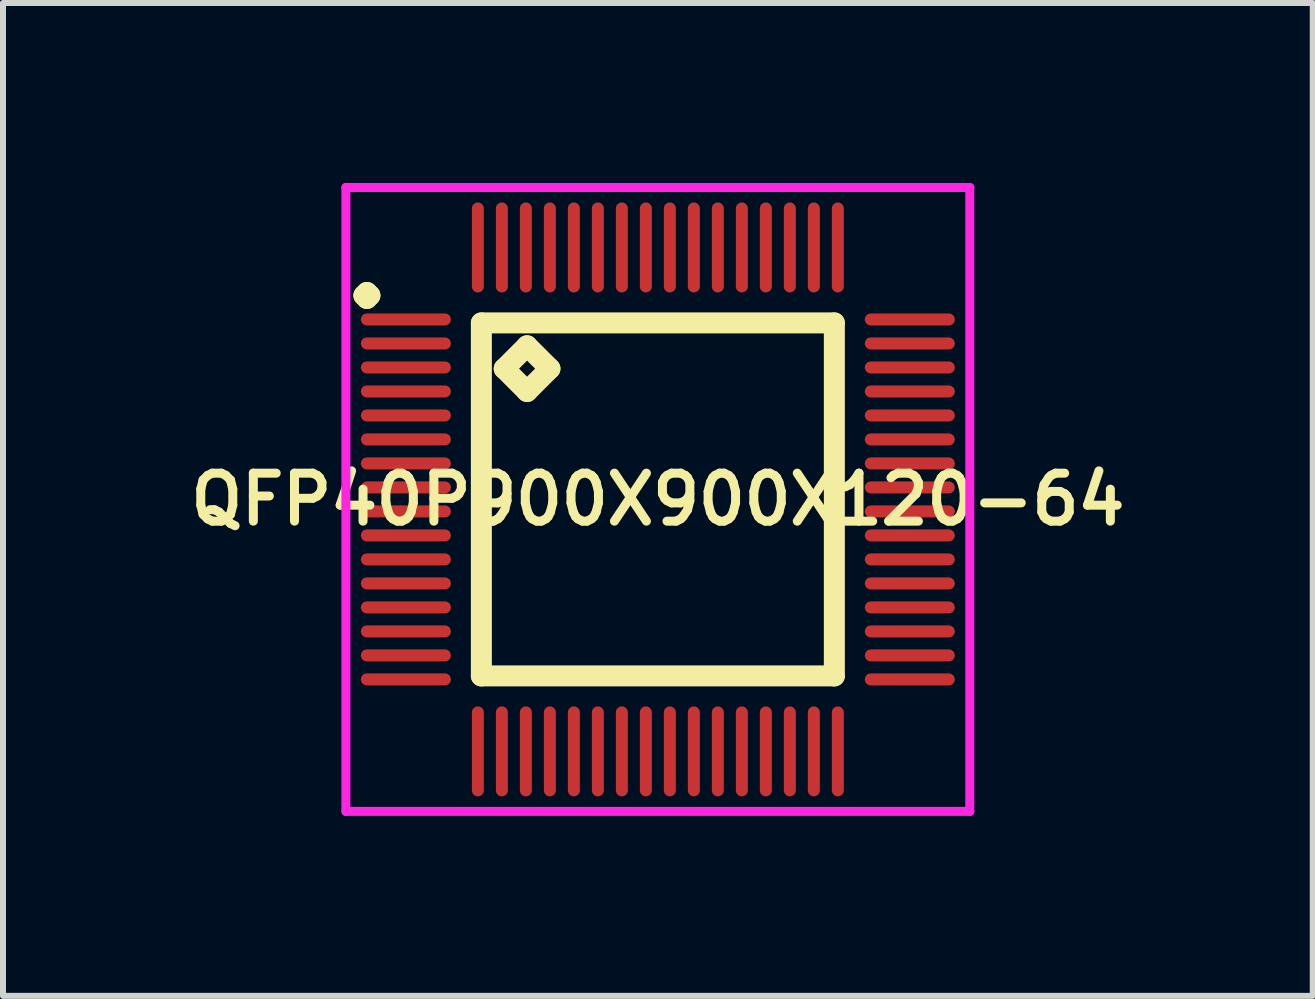
<source format=kicad_pcb>
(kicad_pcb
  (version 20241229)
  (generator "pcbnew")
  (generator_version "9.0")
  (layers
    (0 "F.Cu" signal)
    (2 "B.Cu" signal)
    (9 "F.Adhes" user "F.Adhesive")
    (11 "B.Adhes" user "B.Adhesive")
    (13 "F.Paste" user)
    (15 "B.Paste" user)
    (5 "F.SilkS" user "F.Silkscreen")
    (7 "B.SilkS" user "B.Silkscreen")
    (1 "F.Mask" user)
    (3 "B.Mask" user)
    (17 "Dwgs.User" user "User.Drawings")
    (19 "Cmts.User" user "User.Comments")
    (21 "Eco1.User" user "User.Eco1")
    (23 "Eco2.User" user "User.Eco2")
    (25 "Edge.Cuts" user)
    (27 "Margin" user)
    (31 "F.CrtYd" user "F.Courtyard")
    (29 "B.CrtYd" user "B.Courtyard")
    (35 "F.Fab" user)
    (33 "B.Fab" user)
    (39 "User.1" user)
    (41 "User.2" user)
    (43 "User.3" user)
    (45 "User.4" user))
  (footprint "QFP40P900X900X120-64"
    (layer "F.Cu")
    (at 7.916 5.275)
    (property "Reference" "QFP40P900X900X120-64" (at 0 0 0) (layer "F.SilkS") (effects (font (size 0.8 0.8) (thickness 0.15))))
    (attr smd)
    (fp_line (start -4.9 -3.4) (end -4.85 -3.45) (stroke (width 0.35) (type solid)) (layer "F.SilkS"))
    (fp_line (start -4.85 -3.45) (end -4.8 -3.4) (stroke (width 0.35) (type solid)) (layer "F.SilkS"))
    (fp_line (start -4.85 -3.35) (end -4.9 -3.4) (stroke (width 0.35) (type solid)) (layer "F.SilkS"))
    (fp_line (start -4.8 -3.4) (end -4.85 -3.35) (stroke (width 0.35) (type solid)) (layer "F.SilkS"))
    (fp_line (start -2.942 -2.942) (end -2.942 2.942) (stroke (width 0.35) (type solid)) (layer "F.SilkS"))
    (fp_line (start -2.942 2.942) (end 2.942 2.942) (stroke (width 0.35) (type solid)) (layer "F.SilkS"))
    (fp_line (start -2.561 -2.18) (end -2.18 -2.561) (stroke (width 0.35) (type solid)) (layer "F.SilkS"))
    (fp_line (start -2.18 -2.561) (end -1.799 -2.18) (stroke (width 0.35) (type solid)) (layer "F.SilkS"))
    (fp_line (start -2.18 -1.799) (end -2.561 -2.18) (stroke (width 0.35) (type solid)) (layer "F.SilkS"))
    (fp_line (start -1.799 -2.18) (end -2.18 -1.799) (stroke (width 0.35) (type solid)) (layer "F.SilkS"))
    (fp_line (start 2.942 -2.942) (end -2.942 -2.942) (stroke (width 0.35) (type solid)) (layer "F.SilkS"))
    (fp_line (start 2.942 2.942) (end 2.942 -2.942) (stroke (width 0.35) (type solid)) (layer "F.SilkS"))
    (fp_line (start -5.2 -5.2) (end 5.2 -5.2) (stroke (width 0.15) (type solid)) (layer "F.CrtYd"))
    (fp_line (start -5.2 5.2) (end -5.2 -5.2) (stroke (width 0.15) (type solid)) (layer "F.CrtYd"))
    (fp_line (start 5.2 -5.2) (end 5.2 5.2) (stroke (width 0.15) (type solid)) (layer "F.CrtYd"))
    (fp_line (start 5.2 5.2) (end -5.2 5.2) (stroke (width 0.15) (type solid)) (layer "F.CrtYd"))
    (pad "1" smd oval (at -4.2 -3) (size 1.5 0.2) (layers "F.Cu" "F.Mask" "F.Paste"))
    (pad "2" smd oval (at -4.2 -2.6) (size 1.5 0.2) (layers "F.Cu" "F.Mask" "F.Paste"))
    (pad "3" smd oval (at -4.2 -2.2) (size 1.5 0.2) (layers "F.Cu" "F.Mask" "F.Paste"))
    (pad "4" smd oval (at -4.2 -1.8) (size 1.5 0.2) (layers "F.Cu" "F.Mask" "F.Paste"))
    (pad "5" smd oval (at -4.2 -1.4) (size 1.5 0.2) (layers "F.Cu" "F.Mask" "F.Paste"))
    (pad "6" smd oval (at -4.2 -1) (size 1.5 0.2) (layers "F.Cu" "F.Mask" "F.Paste"))
    (pad "7" smd oval (at -4.2 -0.6) (size 1.5 0.2) (layers "F.Cu" "F.Mask" "F.Paste"))
    (pad "8" smd oval (at -4.2 -0.2) (size 1.5 0.2) (layers "F.Cu" "F.Mask" "F.Paste"))
    (pad "9" smd oval (at -4.2 0.2) (size 1.5 0.2) (layers "F.Cu" "F.Mask" "F.Paste"))
    (pad "10" smd oval (at -4.2 0.6) (size 1.5 0.2) (layers "F.Cu" "F.Mask" "F.Paste"))
    (pad "11" smd oval (at -4.2 1) (size 1.5 0.2) (layers "F.Cu" "F.Mask" "F.Paste"))
    (pad "12" smd oval (at -4.2 1.4) (size 1.5 0.2) (layers "F.Cu" "F.Mask" "F.Paste"))
    (pad "13" smd oval (at -4.2 1.8) (size 1.5 0.2) (layers "F.Cu" "F.Mask" "F.Paste"))
    (pad "14" smd oval (at -4.2 2.2) (size 1.5 0.2) (layers "F.Cu" "F.Mask" "F.Paste"))
    (pad "15" smd oval (at -4.2 2.6) (size 1.5 0.2) (layers "F.Cu" "F.Mask" "F.Paste"))
    (pad "16" smd oval (at -4.2 3) (size 1.5 0.2) (layers "F.Cu" "F.Mask" "F.Paste"))
    (pad "17" smd oval (at -3 4.2) (size 0.2 1.5) (layers "F.Cu" "F.Mask" "F.Paste"))
    (pad "18" smd oval (at -2.6 4.2) (size 0.2 1.5) (layers "F.Cu" "F.Mask" "F.Paste"))
    (pad "19" smd oval (at -2.2 4.2) (size 0.2 1.5) (layers "F.Cu" "F.Mask" "F.Paste"))
    (pad "20" smd oval (at -1.8 4.2) (size 0.2 1.5) (layers "F.Cu" "F.Mask" "F.Paste"))
    (pad "21" smd oval (at -1.4 4.2) (size 0.2 1.5) (layers "F.Cu" "F.Mask" "F.Paste"))
    (pad "22" smd oval (at -1 4.2) (size 0.2 1.5) (layers "F.Cu" "F.Mask" "F.Paste"))
    (pad "23" smd oval (at -0.6 4.2) (size 0.2 1.5) (layers "F.Cu" "F.Mask" "F.Paste"))
    (pad "24" smd oval (at -0.2 4.2) (size 0.2 1.5) (layers "F.Cu" "F.Mask" "F.Paste"))
    (pad "25" smd oval (at 0.2 4.2) (size 0.2 1.5) (layers "F.Cu" "F.Mask" "F.Paste"))
    (pad "26" smd oval (at 0.6 4.2) (size 0.2 1.5) (layers "F.Cu" "F.Mask" "F.Paste"))
    (pad "27" smd oval (at 1 4.2) (size 0.2 1.5) (layers "F.Cu" "F.Mask" "F.Paste"))
    (pad "28" smd oval (at 1.4 4.2) (size 0.2 1.5) (layers "F.Cu" "F.Mask" "F.Paste"))
    (pad "29" smd oval (at 1.8 4.2) (size 0.2 1.5) (layers "F.Cu" "F.Mask" "F.Paste"))
    (pad "30" smd oval (at 2.2 4.2) (size 0.2 1.5) (layers "F.Cu" "F.Mask" "F.Paste"))
    (pad "31" smd oval (at 2.6 4.2) (size 0.2 1.5) (layers "F.Cu" "F.Mask" "F.Paste"))
    (pad "32" smd oval (at 3 4.2) (size 0.2 1.5) (layers "F.Cu" "F.Mask" "F.Paste"))
    (pad "33" smd oval (at 4.2 3) (size 1.5 0.2) (layers "F.Cu" "F.Mask" "F.Paste"))
    (pad "34" smd oval (at 4.2 2.6) (size 1.5 0.2) (layers "F.Cu" "F.Mask" "F.Paste"))
    (pad "35" smd oval (at 4.2 2.2) (size 1.5 0.2) (layers "F.Cu" "F.Mask" "F.Paste"))
    (pad "36" smd oval (at 4.2 1.8) (size 1.5 0.2) (layers "F.Cu" "F.Mask" "F.Paste"))
    (pad "37" smd oval (at 4.2 1.4) (size 1.5 0.2) (layers "F.Cu" "F.Mask" "F.Paste"))
    (pad "38" smd oval (at 4.2 1) (size 1.5 0.2) (layers "F.Cu" "F.Mask" "F.Paste"))
    (pad "39" smd oval (at 4.2 0.6) (size 1.5 0.2) (layers "F.Cu" "F.Mask" "F.Paste"))
    (pad "40" smd oval (at 4.2 0.2) (size 1.5 0.2) (layers "F.Cu" "F.Mask" "F.Paste"))
    (pad "41" smd oval (at 4.2 -0.2) (size 1.5 0.2) (layers "F.Cu" "F.Mask" "F.Paste"))
    (pad "42" smd oval (at 4.2 -0.6) (size 1.5 0.2) (layers "F.Cu" "F.Mask" "F.Paste"))
    (pad "43" smd oval (at 4.2 -1) (size 1.5 0.2) (layers "F.Cu" "F.Mask" "F.Paste"))
    (pad "44" smd oval (at 4.2 -1.4) (size 1.5 0.2) (layers "F.Cu" "F.Mask" "F.Paste"))
    (pad "45" smd oval (at 4.2 -1.8) (size 1.5 0.2) (layers "F.Cu" "F.Mask" "F.Paste"))
    (pad "46" smd oval (at 4.2 -2.2) (size 1.5 0.2) (layers "F.Cu" "F.Mask" "F.Paste"))
    (pad "47" smd oval (at 4.2 -2.6) (size 1.5 0.2) (layers "F.Cu" "F.Mask" "F.Paste"))
    (pad "48" smd oval (at 4.2 -3) (size 1.5 0.2) (layers "F.Cu" "F.Mask" "F.Paste"))
    (pad "49" smd oval (at 3 -4.2) (size 0.2 1.5) (layers "F.Cu" "F.Mask" "F.Paste"))
    (pad "50" smd oval (at 2.6 -4.2) (size 0.2 1.5) (layers "F.Cu" "F.Mask" "F.Paste"))
    (pad "51" smd oval (at 2.2 -4.2) (size 0.2 1.5) (layers "F.Cu" "F.Mask" "F.Paste"))
    (pad "52" smd oval (at 1.8 -4.2) (size 0.2 1.5) (layers "F.Cu" "F.Mask" "F.Paste"))
    (pad "53" smd oval (at 1.4 -4.2) (size 0.2 1.5) (layers "F.Cu" "F.Mask" "F.Paste"))
    (pad "54" smd oval (at 1 -4.2) (size 0.2 1.5) (layers "F.Cu" "F.Mask" "F.Paste"))
    (pad "55" smd oval (at 0.6 -4.2) (size 0.2 1.5) (layers "F.Cu" "F.Mask" "F.Paste"))
    (pad "56" smd oval (at 0.2 -4.2) (size 0.2 1.5) (layers "F.Cu" "F.Mask" "F.Paste"))
    (pad "57" smd oval (at -0.2 -4.2) (size 0.2 1.5) (layers "F.Cu" "F.Mask" "F.Paste"))
    (pad "58" smd oval (at -0.6 -4.2) (size 0.2 1.5) (layers "F.Cu" "F.Mask" "F.Paste"))
    (pad "59" smd oval (at -1 -4.2) (size 0.2 1.5) (layers "F.Cu" "F.Mask" "F.Paste"))
    (pad "60" smd oval (at -1.4 -4.2) (size 0.2 1.5) (layers "F.Cu" "F.Mask" "F.Paste"))
    (pad "61" smd oval (at -1.8 -4.2) (size 0.2 1.5) (layers "F.Cu" "F.Mask" "F.Paste"))
    (pad "62" smd oval (at -2.2 -4.2) (size 0.2 1.5) (layers "F.Cu" "F.Mask" "F.Paste"))
    (pad "63" smd oval (at -2.6 -4.2) (size 0.2 1.5) (layers "F.Cu" "F.Mask" "F.Paste"))
    (pad "64" smd oval (at -3 -4.2) (size 0.2 1.5) (layers "F.Cu" "F.Mask" "F.Paste")))
  (gr_rect
    (start -3 -3)
    (end 18.833 13.55)
    (stroke (width 0.1) (type default))
    (fill no)
    (layer "Edge.Cuts")))
</source>
